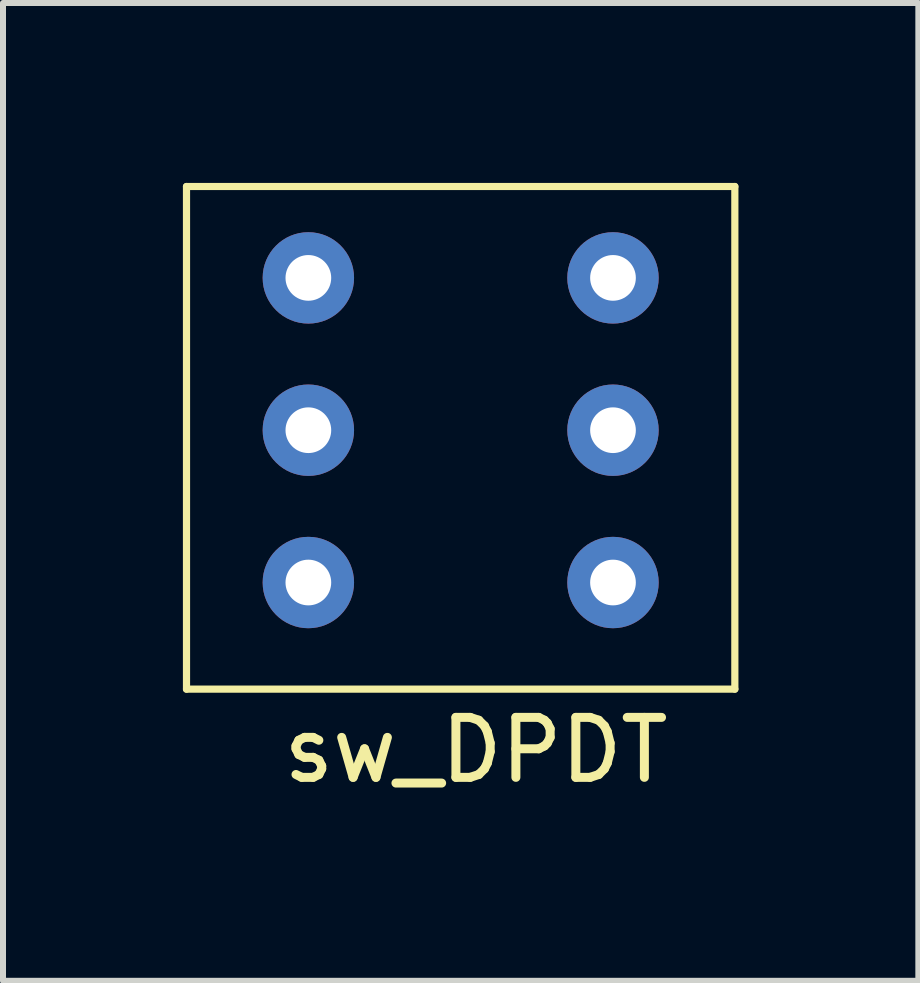
<source format=kicad_pcb>
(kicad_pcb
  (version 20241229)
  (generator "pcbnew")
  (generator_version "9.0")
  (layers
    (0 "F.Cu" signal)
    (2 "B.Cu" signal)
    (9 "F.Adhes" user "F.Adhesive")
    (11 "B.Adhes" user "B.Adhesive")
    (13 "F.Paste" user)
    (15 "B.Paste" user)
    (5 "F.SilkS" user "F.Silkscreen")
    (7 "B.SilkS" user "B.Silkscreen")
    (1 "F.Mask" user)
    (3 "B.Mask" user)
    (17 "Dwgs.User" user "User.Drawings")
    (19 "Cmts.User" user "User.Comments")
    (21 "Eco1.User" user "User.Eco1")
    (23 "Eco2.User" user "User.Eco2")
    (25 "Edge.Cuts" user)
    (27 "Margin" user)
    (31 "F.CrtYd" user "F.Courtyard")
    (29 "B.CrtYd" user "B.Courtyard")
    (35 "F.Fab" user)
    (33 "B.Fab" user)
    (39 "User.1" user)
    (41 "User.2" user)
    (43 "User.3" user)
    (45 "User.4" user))
  (footprint "sw_DPDT"
    (layer "F.Cu")
    (at 4.632 4.124)
    (property "Reference" "sw_DPDT" (at 0.254 5.334 0) (layer "F.SilkS") (effects (font (size 1 1) (thickness 0.15))))
    (attr through_hole)
    (fp_line (start -4.572 -4.064) (end 4.572 -4.064) (stroke (width 0.12) (type solid)) (layer "F.SilkS"))
    (fp_line (start -4.572 4.318) (end -4.572 -4.064) (stroke (width 0.12) (type solid)) (layer "F.SilkS"))
    (fp_line (start 4.572 -4.064) (end 4.572 4.318) (stroke (width 0.12) (type solid)) (layer "F.SilkS"))
    (fp_line (start 4.572 4.318) (end -4.572 4.318) (stroke (width 0.12) (type solid)) (layer "F.SilkS"))
    (pad "1" thru_hole circle (at -2.54 -2.54) (size 1.524 1.524) (drill 0.762) (layers "*.Cu" "*.Mask"))
    (pad "2" thru_hole circle (at -2.54 0) (size 1.524 1.524) (drill 0.762) (layers "*.Cu" "*.Mask"))
    (pad "3" thru_hole circle (at -2.54 2.54) (size 1.524 1.524) (drill 0.762) (layers "*.Cu" "*.Mask"))
    (pad "4" thru_hole circle (at 2.54 -2.54) (size 1.524 1.524) (drill 0.762) (layers "*.Cu" "*.Mask"))
    (pad "5" thru_hole circle (at 2.54 0) (size 1.524 1.524) (drill 0.762) (layers "*.Cu" "*.Mask"))
    (pad "6" thru_hole circle (at 2.54 2.54) (size 1.524 1.524) (drill 0.762) (layers "*.Cu" "*.Mask")))
  (gr_rect
    (start -3 -3)
    (end 12.264 13.306)
    (stroke (width 0.1) (type default))
    (fill no)
    (layer "Edge.Cuts")))
</source>
